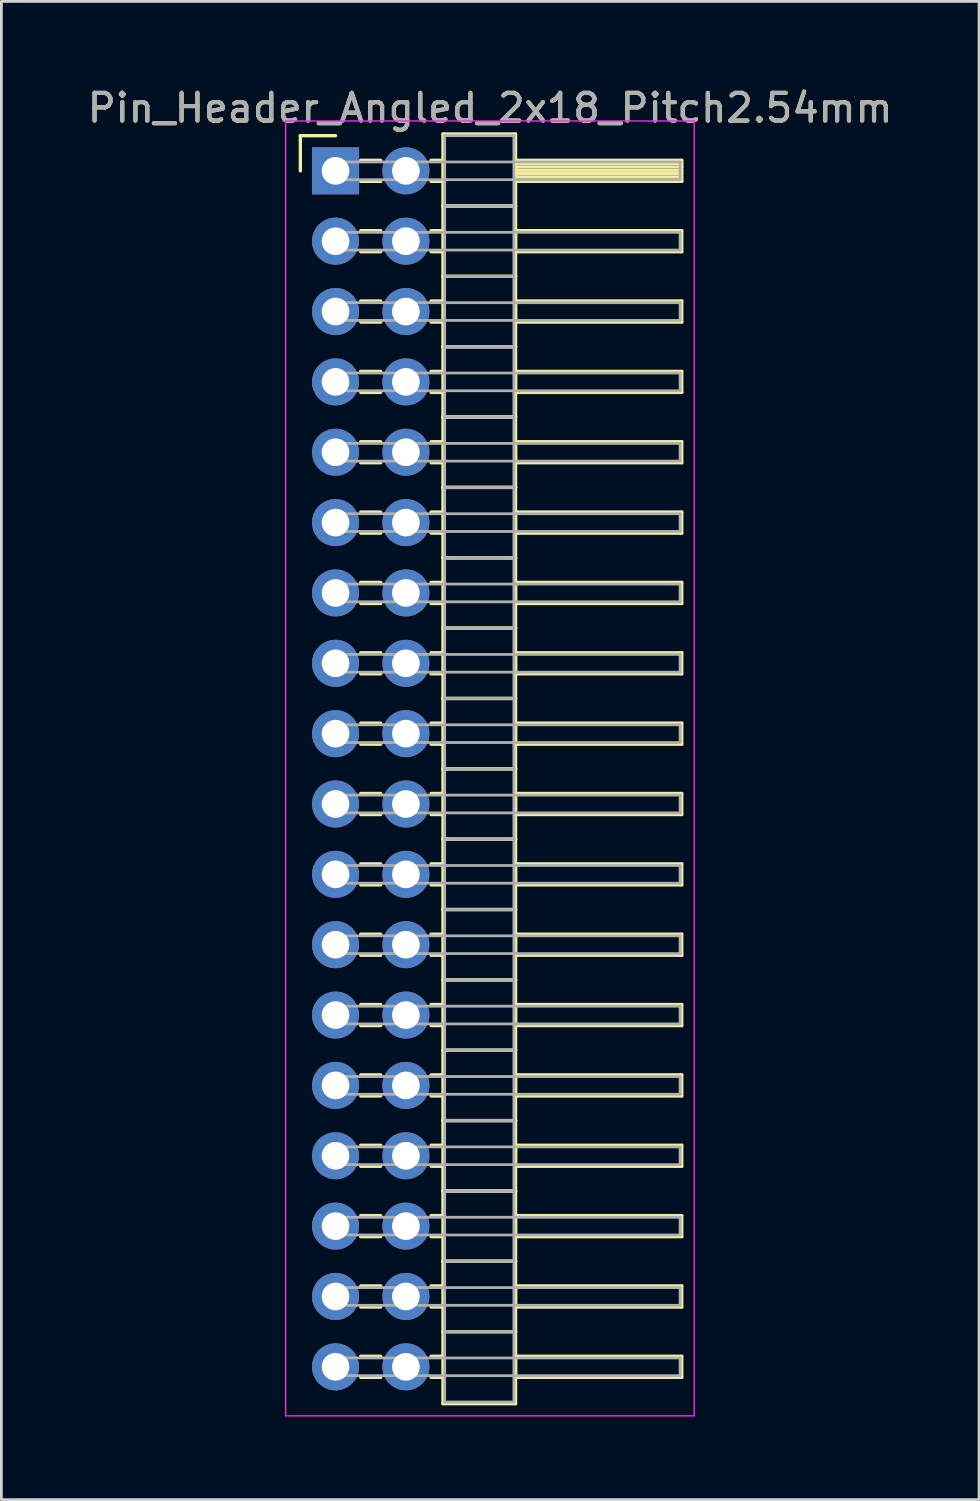
<source format=kicad_pcb>
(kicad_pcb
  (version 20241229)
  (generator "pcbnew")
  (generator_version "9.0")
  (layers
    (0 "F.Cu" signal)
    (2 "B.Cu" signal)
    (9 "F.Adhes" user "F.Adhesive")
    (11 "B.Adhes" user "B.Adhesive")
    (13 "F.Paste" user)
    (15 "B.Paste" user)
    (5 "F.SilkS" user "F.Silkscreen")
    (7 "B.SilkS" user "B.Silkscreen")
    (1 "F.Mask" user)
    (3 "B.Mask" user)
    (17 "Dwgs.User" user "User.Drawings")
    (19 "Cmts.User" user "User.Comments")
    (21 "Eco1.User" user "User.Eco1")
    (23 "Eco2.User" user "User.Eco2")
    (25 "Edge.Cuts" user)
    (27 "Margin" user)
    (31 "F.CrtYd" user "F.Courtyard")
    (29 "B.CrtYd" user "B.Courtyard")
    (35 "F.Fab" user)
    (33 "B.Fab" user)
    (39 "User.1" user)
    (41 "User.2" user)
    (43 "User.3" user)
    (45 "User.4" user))
  (footprint "Pin_Header_Angled_2x18_Pitch2.54mm"
    (layer "F.Cu")
    (at 9.064 3.118)
    (property "Reference" "Pin_Header_Angled_2x18_Pitch2.54mm" (at 5.585 -2.27 0) (layer "F.SilkS") (effects (font (size 1 1) (thickness 0.15))))
    (attr through_hole)
    (fp_line (start -1.27 -1.27) (end 0 -1.27) (stroke (width 0.12) (type solid)) (layer "F.SilkS"))
    (fp_line (start -1.27 0) (end -1.27 -1.27) (stroke (width 0.12) (type solid)) (layer "F.SilkS"))
    (fp_line (start 0.91 -0.38) (end 1.63 -0.38) (stroke (width 0.12) (type solid)) (layer "F.SilkS"))
    (fp_line (start 0.91 0.38) (end 1.63 0.38) (stroke (width 0.12) (type solid)) (layer "F.SilkS"))
    (fp_line (start 0.91 2.16) (end 1.63 2.16) (stroke (width 0.12) (type solid)) (layer "F.SilkS"))
    (fp_line (start 0.91 2.92) (end 1.63 2.92) (stroke (width 0.12) (type solid)) (layer "F.SilkS"))
    (fp_line (start 0.91 4.7) (end 1.63 4.7) (stroke (width 0.12) (type solid)) (layer "F.SilkS"))
    (fp_line (start 0.91 5.46) (end 1.63 5.46) (stroke (width 0.12) (type solid)) (layer "F.SilkS"))
    (fp_line (start 0.91 7.24) (end 1.63 7.24) (stroke (width 0.12) (type solid)) (layer "F.SilkS"))
    (fp_line (start 0.91 8) (end 1.63 8) (stroke (width 0.12) (type solid)) (layer "F.SilkS"))
    (fp_line (start 0.91 9.78) (end 1.63 9.78) (stroke (width 0.12) (type solid)) (layer "F.SilkS"))
    (fp_line (start 0.91 10.54) (end 1.63 10.54) (stroke (width 0.12) (type solid)) (layer "F.SilkS"))
    (fp_line (start 0.91 12.32) (end 1.63 12.32) (stroke (width 0.12) (type solid)) (layer "F.SilkS"))
    (fp_line (start 0.91 13.08) (end 1.63 13.08) (stroke (width 0.12) (type solid)) (layer "F.SilkS"))
    (fp_line (start 0.91 14.86) (end 1.63 14.86) (stroke (width 0.12) (type solid)) (layer "F.SilkS"))
    (fp_line (start 0.91 15.62) (end 1.63 15.62) (stroke (width 0.12) (type solid)) (layer "F.SilkS"))
    (fp_line (start 0.91 17.4) (end 1.63 17.4) (stroke (width 0.12) (type solid)) (layer "F.SilkS"))
    (fp_line (start 0.91 18.16) (end 1.63 18.16) (stroke (width 0.12) (type solid)) (layer "F.SilkS"))
    (fp_line (start 0.91 19.94) (end 1.63 19.94) (stroke (width 0.12) (type solid)) (layer "F.SilkS"))
    (fp_line (start 0.91 20.7) (end 1.63 20.7) (stroke (width 0.12) (type solid)) (layer "F.SilkS"))
    (fp_line (start 0.91 22.48) (end 1.63 22.48) (stroke (width 0.12) (type solid)) (layer "F.SilkS"))
    (fp_line (start 0.91 23.24) (end 1.63 23.24) (stroke (width 0.12) (type solid)) (layer "F.SilkS"))
    (fp_line (start 0.91 25.02) (end 1.63 25.02) (stroke (width 0.12) (type solid)) (layer "F.SilkS"))
    (fp_line (start 0.91 25.78) (end 1.63 25.78) (stroke (width 0.12) (type solid)) (layer "F.SilkS"))
    (fp_line (start 0.91 27.56) (end 1.63 27.56) (stroke (width 0.12) (type solid)) (layer "F.SilkS"))
    (fp_line (start 0.91 28.32) (end 1.63 28.32) (stroke (width 0.12) (type solid)) (layer "F.SilkS"))
    (fp_line (start 0.91 30.1) (end 1.63 30.1) (stroke (width 0.12) (type solid)) (layer "F.SilkS"))
    (fp_line (start 0.91 30.86) (end 1.63 30.86) (stroke (width 0.12) (type solid)) (layer "F.SilkS"))
    (fp_line (start 0.91 32.64) (end 1.63 32.64) (stroke (width 0.12) (type solid)) (layer "F.SilkS"))
    (fp_line (start 0.91 33.4) (end 1.63 33.4) (stroke (width 0.12) (type solid)) (layer "F.SilkS"))
    (fp_line (start 0.91 35.18) (end 1.63 35.18) (stroke (width 0.12) (type solid)) (layer "F.SilkS"))
    (fp_line (start 0.91 35.94) (end 1.63 35.94) (stroke (width 0.12) (type solid)) (layer "F.SilkS"))
    (fp_line (start 0.91 37.72) (end 1.63 37.72) (stroke (width 0.12) (type solid)) (layer "F.SilkS"))
    (fp_line (start 0.91 38.48) (end 1.63 38.48) (stroke (width 0.12) (type solid)) (layer "F.SilkS"))
    (fp_line (start 0.91 40.26) (end 1.63 40.26) (stroke (width 0.12) (type solid)) (layer "F.SilkS"))
    (fp_line (start 0.91 41.02) (end 1.63 41.02) (stroke (width 0.12) (type solid)) (layer "F.SilkS"))
    (fp_line (start 0.91 42.8) (end 1.63 42.8) (stroke (width 0.12) (type solid)) (layer "F.SilkS"))
    (fp_line (start 0.91 43.56) (end 1.63 43.56) (stroke (width 0.12) (type solid)) (layer "F.SilkS"))
    (fp_line (start 3.45 -0.38) (end 3.88 -0.38) (stroke (width 0.12) (type solid)) (layer "F.SilkS"))
    (fp_line (start 3.45 0.38) (end 3.88 0.38) (stroke (width 0.12) (type solid)) (layer "F.SilkS"))
    (fp_line (start 3.45 2.16) (end 3.88 2.16) (stroke (width 0.12) (type solid)) (layer "F.SilkS"))
    (fp_line (start 3.45 2.92) (end 3.88 2.92) (stroke (width 0.12) (type solid)) (layer "F.SilkS"))
    (fp_line (start 3.45 4.7) (end 3.88 4.7) (stroke (width 0.12) (type solid)) (layer "F.SilkS"))
    (fp_line (start 3.45 5.46) (end 3.88 5.46) (stroke (width 0.12) (type solid)) (layer "F.SilkS"))
    (fp_line (start 3.45 7.24) (end 3.88 7.24) (stroke (width 0.12) (type solid)) (layer "F.SilkS"))
    (fp_line (start 3.45 8) (end 3.88 8) (stroke (width 0.12) (type solid)) (layer "F.SilkS"))
    (fp_line (start 3.45 9.78) (end 3.88 9.78) (stroke (width 0.12) (type solid)) (layer "F.SilkS"))
    (fp_line (start 3.45 10.54) (end 3.88 10.54) (stroke (width 0.12) (type solid)) (layer "F.SilkS"))
    (fp_line (start 3.45 12.32) (end 3.88 12.32) (stroke (width 0.12) (type solid)) (layer "F.SilkS"))
    (fp_line (start 3.45 13.08) (end 3.88 13.08) (stroke (width 0.12) (type solid)) (layer "F.SilkS"))
    (fp_line (start 3.45 14.86) (end 3.88 14.86) (stroke (width 0.12) (type solid)) (layer "F.SilkS"))
    (fp_line (start 3.45 15.62) (end 3.88 15.62) (stroke (width 0.12) (type solid)) (layer "F.SilkS"))
    (fp_line (start 3.45 17.4) (end 3.88 17.4) (stroke (width 0.12) (type solid)) (layer "F.SilkS"))
    (fp_line (start 3.45 18.16) (end 3.88 18.16) (stroke (width 0.12) (type solid)) (layer "F.SilkS"))
    (fp_line (start 3.45 19.94) (end 3.88 19.94) (stroke (width 0.12) (type solid)) (layer "F.SilkS"))
    (fp_line (start 3.45 20.7) (end 3.88 20.7) (stroke (width 0.12) (type solid)) (layer "F.SilkS"))
    (fp_line (start 3.45 22.48) (end 3.88 22.48) (stroke (width 0.12) (type solid)) (layer "F.SilkS"))
    (fp_line (start 3.45 23.24) (end 3.88 23.24) (stroke (width 0.12) (type solid)) (layer "F.SilkS"))
    (fp_line (start 3.45 25.02) (end 3.88 25.02) (stroke (width 0.12) (type solid)) (layer "F.SilkS"))
    (fp_line (start 3.45 25.78) (end 3.88 25.78) (stroke (width 0.12) (type solid)) (layer "F.SilkS"))
    (fp_line (start 3.45 27.56) (end 3.88 27.56) (stroke (width 0.12) (type solid)) (layer "F.SilkS"))
    (fp_line (start 3.45 28.32) (end 3.88 28.32) (stroke (width 0.12) (type solid)) (layer "F.SilkS"))
    (fp_line (start 3.45 30.1) (end 3.88 30.1) (stroke (width 0.12) (type solid)) (layer "F.SilkS"))
    (fp_line (start 3.45 30.86) (end 3.88 30.86) (stroke (width 0.12) (type solid)) (layer "F.SilkS"))
    (fp_line (start 3.45 32.64) (end 3.88 32.64) (stroke (width 0.12) (type solid)) (layer "F.SilkS"))
    (fp_line (start 3.45 33.4) (end 3.88 33.4) (stroke (width 0.12) (type solid)) (layer "F.SilkS"))
    (fp_line (start 3.45 35.18) (end 3.88 35.18) (stroke (width 0.12) (type solid)) (layer "F.SilkS"))
    (fp_line (start 3.45 35.94) (end 3.88 35.94) (stroke (width 0.12) (type solid)) (layer "F.SilkS"))
    (fp_line (start 3.45 37.72) (end 3.88 37.72) (stroke (width 0.12) (type solid)) (layer "F.SilkS"))
    (fp_line (start 3.45 38.48) (end 3.88 38.48) (stroke (width 0.12) (type solid)) (layer "F.SilkS"))
    (fp_line (start 3.45 40.26) (end 3.88 40.26) (stroke (width 0.12) (type solid)) (layer "F.SilkS"))
    (fp_line (start 3.45 41.02) (end 3.88 41.02) (stroke (width 0.12) (type solid)) (layer "F.SilkS"))
    (fp_line (start 3.45 42.8) (end 3.88 42.8) (stroke (width 0.12) (type solid)) (layer "F.SilkS"))
    (fp_line (start 3.45 43.56) (end 3.88 43.56) (stroke (width 0.12) (type solid)) (layer "F.SilkS"))
    (fp_line (start 3.88 -1.33) (end 3.88 1.27) (stroke (width 0.12) (type solid)) (layer "F.SilkS"))
    (fp_line (start 3.88 1.27) (end 3.88 3.81) (stroke (width 0.12) (type solid)) (layer "F.SilkS"))
    (fp_line (start 3.88 1.27) (end 6.5 1.27) (stroke (width 0.12) (type solid)) (layer "F.SilkS"))
    (fp_line (start 3.88 3.81) (end 3.88 6.35) (stroke (width 0.12) (type solid)) (layer "F.SilkS"))
    (fp_line (start 3.88 3.81) (end 6.5 3.81) (stroke (width 0.12) (type solid)) (layer "F.SilkS"))
    (fp_line (start 3.88 6.35) (end 3.88 8.89) (stroke (width 0.12) (type solid)) (layer "F.SilkS"))
    (fp_line (start 3.88 6.35) (end 6.5 6.35) (stroke (width 0.12) (type solid)) (layer "F.SilkS"))
    (fp_line (start 3.88 8.89) (end 3.88 11.43) (stroke (width 0.12) (type solid)) (layer "F.SilkS"))
    (fp_line (start 3.88 8.89) (end 6.5 8.89) (stroke (width 0.12) (type solid)) (layer "F.SilkS"))
    (fp_line (start 3.88 11.43) (end 3.88 13.97) (stroke (width 0.12) (type solid)) (layer "F.SilkS"))
    (fp_line (start 3.88 11.43) (end 6.5 11.43) (stroke (width 0.12) (type solid)) (layer "F.SilkS"))
    (fp_line (start 3.88 13.97) (end 3.88 16.51) (stroke (width 0.12) (type solid)) (layer "F.SilkS"))
    (fp_line (start 3.88 13.97) (end 6.5 13.97) (stroke (width 0.12) (type solid)) (layer "F.SilkS"))
    (fp_line (start 3.88 16.51) (end 3.88 19.05) (stroke (width 0.12) (type solid)) (layer "F.SilkS"))
    (fp_line (start 3.88 16.51) (end 6.5 16.51) (stroke (width 0.12) (type solid)) (layer "F.SilkS"))
    (fp_line (start 3.88 19.05) (end 3.88 21.59) (stroke (width 0.12) (type solid)) (layer "F.SilkS"))
    (fp_line (start 3.88 19.05) (end 6.5 19.05) (stroke (width 0.12) (type solid)) (layer "F.SilkS"))
    (fp_line (start 3.88 21.59) (end 3.88 24.13) (stroke (width 0.12) (type solid)) (layer "F.SilkS"))
    (fp_line (start 3.88 21.59) (end 6.5 21.59) (stroke (width 0.12) (type solid)) (layer "F.SilkS"))
    (fp_line (start 3.88 24.13) (end 3.88 26.67) (stroke (width 0.12) (type solid)) (layer "F.SilkS"))
    (fp_line (start 3.88 24.13) (end 6.5 24.13) (stroke (width 0.12) (type solid)) (layer "F.SilkS"))
    (fp_line (start 3.88 26.67) (end 3.88 29.21) (stroke (width 0.12) (type solid)) (layer "F.SilkS"))
    (fp_line (start 3.88 26.67) (end 6.5 26.67) (stroke (width 0.12) (type solid)) (layer "F.SilkS"))
    (fp_line (start 3.88 29.21) (end 3.88 31.75) (stroke (width 0.12) (type solid)) (layer "F.SilkS"))
    (fp_line (start 3.88 29.21) (end 6.5 29.21) (stroke (width 0.12) (type solid)) (layer "F.SilkS"))
    (fp_line (start 3.88 31.75) (end 3.88 34.29) (stroke (width 0.12) (type solid)) (layer "F.SilkS"))
    (fp_line (start 3.88 31.75) (end 6.5 31.75) (stroke (width 0.12) (type solid)) (layer "F.SilkS"))
    (fp_line (start 3.88 34.29) (end 3.88 36.83) (stroke (width 0.12) (type solid)) (layer "F.SilkS"))
    (fp_line (start 3.88 34.29) (end 6.5 34.29) (stroke (width 0.12) (type solid)) (layer "F.SilkS"))
    (fp_line (start 3.88 36.83) (end 3.88 39.37) (stroke (width 0.12) (type solid)) (layer "F.SilkS"))
    (fp_line (start 3.88 36.83) (end 6.5 36.83) (stroke (width 0.12) (type solid)) (layer "F.SilkS"))
    (fp_line (start 3.88 39.37) (end 3.88 41.91) (stroke (width 0.12) (type solid)) (layer "F.SilkS"))
    (fp_line (start 3.88 39.37) (end 6.5 39.37) (stroke (width 0.12) (type solid)) (layer "F.SilkS"))
    (fp_line (start 3.88 41.91) (end 3.88 44.51) (stroke (width 0.12) (type solid)) (layer "F.SilkS"))
    (fp_line (start 3.88 41.91) (end 6.5 41.91) (stroke (width 0.12) (type solid)) (layer "F.SilkS"))
    (fp_line (start 3.88 44.51) (end 6.5 44.51) (stroke (width 0.12) (type solid)) (layer "F.SilkS"))
    (fp_line (start 6.5 -1.33) (end 3.88 -1.33) (stroke (width 0.12) (type solid)) (layer "F.SilkS"))
    (fp_line (start 6.5 -0.38) (end 6.5 0.38) (stroke (width 0.12) (type solid)) (layer "F.SilkS"))
    (fp_line (start 6.5 -0.26) (end 12.5 -0.26) (stroke (width 0.12) (type solid)) (layer "F.SilkS"))
    (fp_line (start 6.5 -0.14) (end 12.5 -0.14) (stroke (width 0.12) (type solid)) (layer "F.SilkS"))
    (fp_line (start 6.5 -0.02) (end 12.5 -0.02) (stroke (width 0.12) (type solid)) (layer "F.SilkS"))
    (fp_line (start 6.5 0.1) (end 12.5 0.1) (stroke (width 0.12) (type solid)) (layer "F.SilkS"))
    (fp_line (start 6.5 0.22) (end 12.5 0.22) (stroke (width 0.12) (type solid)) (layer "F.SilkS"))
    (fp_line (start 6.5 0.34) (end 12.5 0.34) (stroke (width 0.12) (type solid)) (layer "F.SilkS"))
    (fp_line (start 6.5 0.38) (end 12.5 0.38) (stroke (width 0.12) (type solid)) (layer "F.SilkS"))
    (fp_line (start 6.5 1.27) (end 3.88 1.27) (stroke (width 0.12) (type solid)) (layer "F.SilkS"))
    (fp_line (start 6.5 1.27) (end 6.5 -1.33) (stroke (width 0.12) (type solid)) (layer "F.SilkS"))
    (fp_line (start 6.5 2.16) (end 6.5 2.92) (stroke (width 0.12) (type solid)) (layer "F.SilkS"))
    (fp_line (start 6.5 2.92) (end 12.5 2.92) (stroke (width 0.12) (type solid)) (layer "F.SilkS"))
    (fp_line (start 6.5 3.81) (end 3.88 3.81) (stroke (width 0.12) (type solid)) (layer "F.SilkS"))
    (fp_line (start 6.5 3.81) (end 6.5 1.27) (stroke (width 0.12) (type solid)) (layer "F.SilkS"))
    (fp_line (start 6.5 4.7) (end 6.5 5.46) (stroke (width 0.12) (type solid)) (layer "F.SilkS"))
    (fp_line (start 6.5 5.46) (end 12.5 5.46) (stroke (width 0.12) (type solid)) (layer "F.SilkS"))
    (fp_line (start 6.5 6.35) (end 3.88 6.35) (stroke (width 0.12) (type solid)) (layer "F.SilkS"))
    (fp_line (start 6.5 6.35) (end 6.5 3.81) (stroke (width 0.12) (type solid)) (layer "F.SilkS"))
    (fp_line (start 6.5 7.24) (end 6.5 8) (stroke (width 0.12) (type solid)) (layer "F.SilkS"))
    (fp_line (start 6.5 8) (end 12.5 8) (stroke (width 0.12) (type solid)) (layer "F.SilkS"))
    (fp_line (start 6.5 8.89) (end 3.88 8.89) (stroke (width 0.12) (type solid)) (layer "F.SilkS"))
    (fp_line (start 6.5 8.89) (end 6.5 6.35) (stroke (width 0.12) (type solid)) (layer "F.SilkS"))
    (fp_line (start 6.5 9.78) (end 6.5 10.54) (stroke (width 0.12) (type solid)) (layer "F.SilkS"))
    (fp_line (start 6.5 10.54) (end 12.5 10.54) (stroke (width 0.12) (type solid)) (layer "F.SilkS"))
    (fp_line (start 6.5 11.43) (end 3.88 11.43) (stroke (width 0.12) (type solid)) (layer "F.SilkS"))
    (fp_line (start 6.5 11.43) (end 6.5 8.89) (stroke (width 0.12) (type solid)) (layer "F.SilkS"))
    (fp_line (start 6.5 12.32) (end 6.5 13.08) (stroke (width 0.12) (type solid)) (layer "F.SilkS"))
    (fp_line (start 6.5 13.08) (end 12.5 13.08) (stroke (width 0.12) (type solid)) (layer "F.SilkS"))
    (fp_line (start 6.5 13.97) (end 3.88 13.97) (stroke (width 0.12) (type solid)) (layer "F.SilkS"))
    (fp_line (start 6.5 13.97) (end 6.5 11.43) (stroke (width 0.12) (type solid)) (layer "F.SilkS"))
    (fp_line (start 6.5 14.86) (end 6.5 15.62) (stroke (width 0.12) (type solid)) (layer "F.SilkS"))
    (fp_line (start 6.5 15.62) (end 12.5 15.62) (stroke (width 0.12) (type solid)) (layer "F.SilkS"))
    (fp_line (start 6.5 16.51) (end 3.88 16.51) (stroke (width 0.12) (type solid)) (layer "F.SilkS"))
    (fp_line (start 6.5 16.51) (end 6.5 13.97) (stroke (width 0.12) (type solid)) (layer "F.SilkS"))
    (fp_line (start 6.5 17.4) (end 6.5 18.16) (stroke (width 0.12) (type solid)) (layer "F.SilkS"))
    (fp_line (start 6.5 18.16) (end 12.5 18.16) (stroke (width 0.12) (type solid)) (layer "F.SilkS"))
    (fp_line (start 6.5 19.05) (end 3.88 19.05) (stroke (width 0.12) (type solid)) (layer "F.SilkS"))
    (fp_line (start 6.5 19.05) (end 6.5 16.51) (stroke (width 0.12) (type solid)) (layer "F.SilkS"))
    (fp_line (start 6.5 19.94) (end 6.5 20.7) (stroke (width 0.12) (type solid)) (layer "F.SilkS"))
    (fp_line (start 6.5 20.7) (end 12.5 20.7) (stroke (width 0.12) (type solid)) (layer "F.SilkS"))
    (fp_line (start 6.5 21.59) (end 3.88 21.59) (stroke (width 0.12) (type solid)) (layer "F.SilkS"))
    (fp_line (start 6.5 21.59) (end 6.5 19.05) (stroke (width 0.12) (type solid)) (layer "F.SilkS"))
    (fp_line (start 6.5 22.48) (end 6.5 23.24) (stroke (width 0.12) (type solid)) (layer "F.SilkS"))
    (fp_line (start 6.5 23.24) (end 12.5 23.24) (stroke (width 0.12) (type solid)) (layer "F.SilkS"))
    (fp_line (start 6.5 24.13) (end 3.88 24.13) (stroke (width 0.12) (type solid)) (layer "F.SilkS"))
    (fp_line (start 6.5 24.13) (end 6.5 21.59) (stroke (width 0.12) (type solid)) (layer "F.SilkS"))
    (fp_line (start 6.5 25.02) (end 6.5 25.78) (stroke (width 0.12) (type solid)) (layer "F.SilkS"))
    (fp_line (start 6.5 25.78) (end 12.5 25.78) (stroke (width 0.12) (type solid)) (layer "F.SilkS"))
    (fp_line (start 6.5 26.67) (end 3.88 26.67) (stroke (width 0.12) (type solid)) (layer "F.SilkS"))
    (fp_line (start 6.5 26.67) (end 6.5 24.13) (stroke (width 0.12) (type solid)) (layer "F.SilkS"))
    (fp_line (start 6.5 27.56) (end 6.5 28.32) (stroke (width 0.12) (type solid)) (layer "F.SilkS"))
    (fp_line (start 6.5 28.32) (end 12.5 28.32) (stroke (width 0.12) (type solid)) (layer "F.SilkS"))
    (fp_line (start 6.5 29.21) (end 3.88 29.21) (stroke (width 0.12) (type solid)) (layer "F.SilkS"))
    (fp_line (start 6.5 29.21) (end 6.5 26.67) (stroke (width 0.12) (type solid)) (layer "F.SilkS"))
    (fp_line (start 6.5 30.1) (end 6.5 30.86) (stroke (width 0.12) (type solid)) (layer "F.SilkS"))
    (fp_line (start 6.5 30.86) (end 12.5 30.86) (stroke (width 0.12) (type solid)) (layer "F.SilkS"))
    (fp_line (start 6.5 31.75) (end 3.88 31.75) (stroke (width 0.12) (type solid)) (layer "F.SilkS"))
    (fp_line (start 6.5 31.75) (end 6.5 29.21) (stroke (width 0.12) (type solid)) (layer "F.SilkS"))
    (fp_line (start 6.5 32.64) (end 6.5 33.4) (stroke (width 0.12) (type solid)) (layer "F.SilkS"))
    (fp_line (start 6.5 33.4) (end 12.5 33.4) (stroke (width 0.12) (type solid)) (layer "F.SilkS"))
    (fp_line (start 6.5 34.29) (end 3.88 34.29) (stroke (width 0.12) (type solid)) (layer "F.SilkS"))
    (fp_line (start 6.5 34.29) (end 6.5 31.75) (stroke (width 0.12) (type solid)) (layer "F.SilkS"))
    (fp_line (start 6.5 35.18) (end 6.5 35.94) (stroke (width 0.12) (type solid)) (layer "F.SilkS"))
    (fp_line (start 6.5 35.94) (end 12.5 35.94) (stroke (width 0.12) (type solid)) (layer "F.SilkS"))
    (fp_line (start 6.5 36.83) (end 3.88 36.83) (stroke (width 0.12) (type solid)) (layer "F.SilkS"))
    (fp_line (start 6.5 36.83) (end 6.5 34.29) (stroke (width 0.12) (type solid)) (layer "F.SilkS"))
    (fp_line (start 6.5 37.72) (end 6.5 38.48) (stroke (width 0.12) (type solid)) (layer "F.SilkS"))
    (fp_line (start 6.5 38.48) (end 12.5 38.48) (stroke (width 0.12) (type solid)) (layer "F.SilkS"))
    (fp_line (start 6.5 39.37) (end 3.88 39.37) (stroke (width 0.12) (type solid)) (layer "F.SilkS"))
    (fp_line (start 6.5 39.37) (end 6.5 36.83) (stroke (width 0.12) (type solid)) (layer "F.SilkS"))
    (fp_line (start 6.5 40.26) (end 6.5 41.02) (stroke (width 0.12) (type solid)) (layer "F.SilkS"))
    (fp_line (start 6.5 41.02) (end 12.5 41.02) (stroke (width 0.12) (type solid)) (layer "F.SilkS"))
    (fp_line (start 6.5 41.91) (end 3.88 41.91) (stroke (width 0.12) (type solid)) (layer "F.SilkS"))
    (fp_line (start 6.5 41.91) (end 6.5 39.37) (stroke (width 0.12) (type solid)) (layer "F.SilkS"))
    (fp_line (start 6.5 42.8) (end 6.5 43.56) (stroke (width 0.12) (type solid)) (layer "F.SilkS"))
    (fp_line (start 6.5 43.56) (end 12.5 43.56) (stroke (width 0.12) (type solid)) (layer "F.SilkS"))
    (fp_line (start 6.5 44.51) (end 6.5 41.91) (stroke (width 0.12) (type solid)) (layer "F.SilkS"))
    (fp_line (start 12.5 -0.38) (end 6.5 -0.38) (stroke (width 0.12) (type solid)) (layer "F.SilkS"))
    (fp_line (start 12.5 0.38) (end 12.5 -0.38) (stroke (width 0.12) (type solid)) (layer "F.SilkS"))
    (fp_line (start 12.5 2.16) (end 6.5 2.16) (stroke (width 0.12) (type solid)) (layer "F.SilkS"))
    (fp_line (start 12.5 2.92) (end 12.5 2.16) (stroke (width 0.12) (type solid)) (layer "F.SilkS"))
    (fp_line (start 12.5 4.7) (end 6.5 4.7) (stroke (width 0.12) (type solid)) (layer "F.SilkS"))
    (fp_line (start 12.5 5.46) (end 12.5 4.7) (stroke (width 0.12) (type solid)) (layer "F.SilkS"))
    (fp_line (start 12.5 7.24) (end 6.5 7.24) (stroke (width 0.12) (type solid)) (layer "F.SilkS"))
    (fp_line (start 12.5 8) (end 12.5 7.24) (stroke (width 0.12) (type solid)) (layer "F.SilkS"))
    (fp_line (start 12.5 9.78) (end 6.5 9.78) (stroke (width 0.12) (type solid)) (layer "F.SilkS"))
    (fp_line (start 12.5 10.54) (end 12.5 9.78) (stroke (width 0.12) (type solid)) (layer "F.SilkS"))
    (fp_line (start 12.5 12.32) (end 6.5 12.32) (stroke (width 0.12) (type solid)) (layer "F.SilkS"))
    (fp_line (start 12.5 13.08) (end 12.5 12.32) (stroke (width 0.12) (type solid)) (layer "F.SilkS"))
    (fp_line (start 12.5 14.86) (end 6.5 14.86) (stroke (width 0.12) (type solid)) (layer "F.SilkS"))
    (fp_line (start 12.5 15.62) (end 12.5 14.86) (stroke (width 0.12) (type solid)) (layer "F.SilkS"))
    (fp_line (start 12.5 17.4) (end 6.5 17.4) (stroke (width 0.12) (type solid)) (layer "F.SilkS"))
    (fp_line (start 12.5 18.16) (end 12.5 17.4) (stroke (width 0.12) (type solid)) (layer "F.SilkS"))
    (fp_line (start 12.5 19.94) (end 6.5 19.94) (stroke (width 0.12) (type solid)) (layer "F.SilkS"))
    (fp_line (start 12.5 20.7) (end 12.5 19.94) (stroke (width 0.12) (type solid)) (layer "F.SilkS"))
    (fp_line (start 12.5 22.48) (end 6.5 22.48) (stroke (width 0.12) (type solid)) (layer "F.SilkS"))
    (fp_line (start 12.5 23.24) (end 12.5 22.48) (stroke (width 0.12) (type solid)) (layer "F.SilkS"))
    (fp_line (start 12.5 25.02) (end 6.5 25.02) (stroke (width 0.12) (type solid)) (layer "F.SilkS"))
    (fp_line (start 12.5 25.78) (end 12.5 25.02) (stroke (width 0.12) (type solid)) (layer "F.SilkS"))
    (fp_line (start 12.5 27.56) (end 6.5 27.56) (stroke (width 0.12) (type solid)) (layer "F.SilkS"))
    (fp_line (start 12.5 28.32) (end 12.5 27.56) (stroke (width 0.12) (type solid)) (layer "F.SilkS"))
    (fp_line (start 12.5 30.1) (end 6.5 30.1) (stroke (width 0.12) (type solid)) (layer "F.SilkS"))
    (fp_line (start 12.5 30.86) (end 12.5 30.1) (stroke (width 0.12) (type solid)) (layer "F.SilkS"))
    (fp_line (start 12.5 32.64) (end 6.5 32.64) (stroke (width 0.12) (type solid)) (layer "F.SilkS"))
    (fp_line (start 12.5 33.4) (end 12.5 32.64) (stroke (width 0.12) (type solid)) (layer "F.SilkS"))
    (fp_line (start 12.5 35.18) (end 6.5 35.18) (stroke (width 0.12) (type solid)) (layer "F.SilkS"))
    (fp_line (start 12.5 35.94) (end 12.5 35.18) (stroke (width 0.12) (type solid)) (layer "F.SilkS"))
    (fp_line (start 12.5 37.72) (end 6.5 37.72) (stroke (width 0.12) (type solid)) (layer "F.SilkS"))
    (fp_line (start 12.5 38.48) (end 12.5 37.72) (stroke (width 0.12) (type solid)) (layer "F.SilkS"))
    (fp_line (start 12.5 40.26) (end 6.5 40.26) (stroke (width 0.12) (type solid)) (layer "F.SilkS"))
    (fp_line (start 12.5 41.02) (end 12.5 40.26) (stroke (width 0.12) (type solid)) (layer "F.SilkS"))
    (fp_line (start 12.5 42.8) (end 6.5 42.8) (stroke (width 0.12) (type solid)) (layer "F.SilkS"))
    (fp_line (start 12.5 43.56) (end 12.5 42.8) (stroke (width 0.12) (type solid)) (layer "F.SilkS"))
    (fp_line (start -1.8 -1.8) (end -1.8 44.95) (stroke (width 0.05) (type solid)) (layer "F.CrtYd"))
    (fp_line (start -1.8 44.95) (end 12.95 44.95) (stroke (width 0.05) (type solid)) (layer "F.CrtYd"))
    (fp_line (start 12.95 -1.8) (end -1.8 -1.8) (stroke (width 0.05) (type solid)) (layer "F.CrtYd"))
    (fp_line (start 12.95 44.95) (end 12.95 -1.8) (stroke (width 0.05) (type solid)) (layer "F.CrtYd"))
    (fp_line (start 0 -0.32) (end 0 0.32) (stroke (width 0.1) (type solid)) (layer "F.Fab"))
    (fp_line (start 0 0.32) (end 12.44 0.32) (stroke (width 0.1) (type solid)) (layer "F.Fab"))
    (fp_line (start 0 2.22) (end 0 2.86) (stroke (width 0.1) (type solid)) (layer "F.Fab"))
    (fp_line (start 0 2.86) (end 12.44 2.86) (stroke (width 0.1) (type solid)) (layer "F.Fab"))
    (fp_line (start 0 4.76) (end 0 5.4) (stroke (width 0.1) (type solid)) (layer "F.Fab"))
    (fp_line (start 0 5.4) (end 12.44 5.4) (stroke (width 0.1) (type solid)) (layer "F.Fab"))
    (fp_line (start 0 7.3) (end 0 7.94) (stroke (width 0.1) (type solid)) (layer "F.Fab"))
    (fp_line (start 0 7.94) (end 12.44 7.94) (stroke (width 0.1) (type solid)) (layer "F.Fab"))
    (fp_line (start 0 9.84) (end 0 10.48) (stroke (width 0.1) (type solid)) (layer "F.Fab"))
    (fp_line (start 0 10.48) (end 12.44 10.48) (stroke (width 0.1) (type solid)) (layer "F.Fab"))
    (fp_line (start 0 12.38) (end 0 13.02) (stroke (width 0.1) (type solid)) (layer "F.Fab"))
    (fp_line (start 0 13.02) (end 12.44 13.02) (stroke (width 0.1) (type solid)) (layer "F.Fab"))
    (fp_line (start 0 14.92) (end 0 15.56) (stroke (width 0.1) (type solid)) (layer "F.Fab"))
    (fp_line (start 0 15.56) (end 12.44 15.56) (stroke (width 0.1) (type solid)) (layer "F.Fab"))
    (fp_line (start 0 17.46) (end 0 18.1) (stroke (width 0.1) (type solid)) (layer "F.Fab"))
    (fp_line (start 0 18.1) (end 12.44 18.1) (stroke (width 0.1) (type solid)) (layer "F.Fab"))
    (fp_line (start 0 20) (end 0 20.64) (stroke (width 0.1) (type solid)) (layer "F.Fab"))
    (fp_line (start 0 20.64) (end 12.44 20.64) (stroke (width 0.1) (type solid)) (layer "F.Fab"))
    (fp_line (start 0 22.54) (end 0 23.18) (stroke (width 0.1) (type solid)) (layer "F.Fab"))
    (fp_line (start 0 23.18) (end 12.44 23.18) (stroke (width 0.1) (type solid)) (layer "F.Fab"))
    (fp_line (start 0 25.08) (end 0 25.72) (stroke (width 0.1) (type solid)) (layer "F.Fab"))
    (fp_line (start 0 25.72) (end 12.44 25.72) (stroke (width 0.1) (type solid)) (layer "F.Fab"))
    (fp_line (start 0 27.62) (end 0 28.26) (stroke (width 0.1) (type solid)) (layer "F.Fab"))
    (fp_line (start 0 28.26) (end 12.44 28.26) (stroke (width 0.1) (type solid)) (layer "F.Fab"))
    (fp_line (start 0 30.16) (end 0 30.8) (stroke (width 0.1) (type solid)) (layer "F.Fab"))
    (fp_line (start 0 30.8) (end 12.44 30.8) (stroke (width 0.1) (type solid)) (layer "F.Fab"))
    (fp_line (start 0 32.7) (end 0 33.34) (stroke (width 0.1) (type solid)) (layer "F.Fab"))
    (fp_line (start 0 33.34) (end 12.44 33.34) (stroke (width 0.1) (type solid)) (layer "F.Fab"))
    (fp_line (start 0 35.24) (end 0 35.88) (stroke (width 0.1) (type solid)) (layer "F.Fab"))
    (fp_line (start 0 35.88) (end 12.44 35.88) (stroke (width 0.1) (type solid)) (layer "F.Fab"))
    (fp_line (start 0 37.78) (end 0 38.42) (stroke (width 0.1) (type solid)) (layer "F.Fab"))
    (fp_line (start 0 38.42) (end 12.44 38.42) (stroke (width 0.1) (type solid)) (layer "F.Fab"))
    (fp_line (start 0 40.32) (end 0 40.96) (stroke (width 0.1) (type solid)) (layer "F.Fab"))
    (fp_line (start 0 40.96) (end 12.44 40.96) (stroke (width 0.1) (type solid)) (layer "F.Fab"))
    (fp_line (start 0 42.86) (end 0 43.5) (stroke (width 0.1) (type solid)) (layer "F.Fab"))
    (fp_line (start 0 43.5) (end 12.44 43.5) (stroke (width 0.1) (type solid)) (layer "F.Fab"))
    (fp_line (start 3.94 -1.27) (end 3.94 1.27) (stroke (width 0.1) (type solid)) (layer "F.Fab"))
    (fp_line (start 3.94 1.27) (end 3.94 3.81) (stroke (width 0.1) (type solid)) (layer "F.Fab"))
    (fp_line (start 3.94 1.27) (end 6.44 1.27) (stroke (width 0.1) (type solid)) (layer "F.Fab"))
    (fp_line (start 3.94 3.81) (end 3.94 6.35) (stroke (width 0.1) (type solid)) (layer "F.Fab"))
    (fp_line (start 3.94 3.81) (end 6.44 3.81) (stroke (width 0.1) (type solid)) (layer "F.Fab"))
    (fp_line (start 3.94 6.35) (end 3.94 8.89) (stroke (width 0.1) (type solid)) (layer "F.Fab"))
    (fp_line (start 3.94 6.35) (end 6.44 6.35) (stroke (width 0.1) (type solid)) (layer "F.Fab"))
    (fp_line (start 3.94 8.89) (end 3.94 11.43) (stroke (width 0.1) (type solid)) (layer "F.Fab"))
    (fp_line (start 3.94 8.89) (end 6.44 8.89) (stroke (width 0.1) (type solid)) (layer "F.Fab"))
    (fp_line (start 3.94 11.43) (end 3.94 13.97) (stroke (width 0.1) (type solid)) (layer "F.Fab"))
    (fp_line (start 3.94 11.43) (end 6.44 11.43) (stroke (width 0.1) (type solid)) (layer "F.Fab"))
    (fp_line (start 3.94 13.97) (end 3.94 16.51) (stroke (width 0.1) (type solid)) (layer "F.Fab"))
    (fp_line (start 3.94 13.97) (end 6.44 13.97) (stroke (width 0.1) (type solid)) (layer "F.Fab"))
    (fp_line (start 3.94 16.51) (end 3.94 19.05) (stroke (width 0.1) (type solid)) (layer "F.Fab"))
    (fp_line (start 3.94 16.51) (end 6.44 16.51) (stroke (width 0.1) (type solid)) (layer "F.Fab"))
    (fp_line (start 3.94 19.05) (end 3.94 21.59) (stroke (width 0.1) (type solid)) (layer "F.Fab"))
    (fp_line (start 3.94 19.05) (end 6.44 19.05) (stroke (width 0.1) (type solid)) (layer "F.Fab"))
    (fp_line (start 3.94 21.59) (end 3.94 24.13) (stroke (width 0.1) (type solid)) (layer "F.Fab"))
    (fp_line (start 3.94 21.59) (end 6.44 21.59) (stroke (width 0.1) (type solid)) (layer "F.Fab"))
    (fp_line (start 3.94 24.13) (end 3.94 26.67) (stroke (width 0.1) (type solid)) (layer "F.Fab"))
    (fp_line (start 3.94 24.13) (end 6.44 24.13) (stroke (width 0.1) (type solid)) (layer "F.Fab"))
    (fp_line (start 3.94 26.67) (end 3.94 29.21) (stroke (width 0.1) (type solid)) (layer "F.Fab"))
    (fp_line (start 3.94 26.67) (end 6.44 26.67) (stroke (width 0.1) (type solid)) (layer "F.Fab"))
    (fp_line (start 3.94 29.21) (end 3.94 31.75) (stroke (width 0.1) (type solid)) (layer "F.Fab"))
    (fp_line (start 3.94 29.21) (end 6.44 29.21) (stroke (width 0.1) (type solid)) (layer "F.Fab"))
    (fp_line (start 3.94 31.75) (end 3.94 34.29) (stroke (width 0.1) (type solid)) (layer "F.Fab"))
    (fp_line (start 3.94 31.75) (end 6.44 31.75) (stroke (width 0.1) (type solid)) (layer "F.Fab"))
    (fp_line (start 3.94 34.29) (end 3.94 36.83) (stroke (width 0.1) (type solid)) (layer "F.Fab"))
    (fp_line (start 3.94 34.29) (end 6.44 34.29) (stroke (width 0.1) (type solid)) (layer "F.Fab"))
    (fp_line (start 3.94 36.83) (end 3.94 39.37) (stroke (width 0.1) (type solid)) (layer "F.Fab"))
    (fp_line (start 3.94 36.83) (end 6.44 36.83) (stroke (width 0.1) (type solid)) (layer "F.Fab"))
    (fp_line (start 3.94 39.37) (end 3.94 41.91) (stroke (width 0.1) (type solid)) (layer "F.Fab"))
    (fp_line (start 3.94 39.37) (end 6.44 39.37) (stroke (width 0.1) (type solid)) (layer "F.Fab"))
    (fp_line (start 3.94 41.91) (end 3.94 44.45) (stroke (width 0.1) (type solid)) (layer "F.Fab"))
    (fp_line (start 3.94 41.91) (end 6.44 41.91) (stroke (width 0.1) (type solid)) (layer "F.Fab"))
    (fp_line (start 3.94 44.45) (end 6.44 44.45) (stroke (width 0.1) (type solid)) (layer "F.Fab"))
    (fp_line (start 6.44 -1.27) (end 3.94 -1.27) (stroke (width 0.1) (type solid)) (layer "F.Fab"))
    (fp_line (start 6.44 1.27) (end 3.94 1.27) (stroke (width 0.1) (type solid)) (layer "F.Fab"))
    (fp_line (start 6.44 1.27) (end 6.44 -1.27) (stroke (width 0.1) (type solid)) (layer "F.Fab"))
    (fp_line (start 6.44 3.81) (end 3.94 3.81) (stroke (width 0.1) (type solid)) (layer "F.Fab"))
    (fp_line (start 6.44 3.81) (end 6.44 1.27) (stroke (width 0.1) (type solid)) (layer "F.Fab"))
    (fp_line (start 6.44 6.35) (end 3.94 6.35) (stroke (width 0.1) (type solid)) (layer "F.Fab"))
    (fp_line (start 6.44 6.35) (end 6.44 3.81) (stroke (width 0.1) (type solid)) (layer "F.Fab"))
    (fp_line (start 6.44 8.89) (end 3.94 8.89) (stroke (width 0.1) (type solid)) (layer "F.Fab"))
    (fp_line (start 6.44 8.89) (end 6.44 6.35) (stroke (width 0.1) (type solid)) (layer "F.Fab"))
    (fp_line (start 6.44 11.43) (end 3.94 11.43) (stroke (width 0.1) (type solid)) (layer "F.Fab"))
    (fp_line (start 6.44 11.43) (end 6.44 8.89) (stroke (width 0.1) (type solid)) (layer "F.Fab"))
    (fp_line (start 6.44 13.97) (end 3.94 13.97) (stroke (width 0.1) (type solid)) (layer "F.Fab"))
    (fp_line (start 6.44 13.97) (end 6.44 11.43) (stroke (width 0.1) (type solid)) (layer "F.Fab"))
    (fp_line (start 6.44 16.51) (end 3.94 16.51) (stroke (width 0.1) (type solid)) (layer "F.Fab"))
    (fp_line (start 6.44 16.51) (end 6.44 13.97) (stroke (width 0.1) (type solid)) (layer "F.Fab"))
    (fp_line (start 6.44 19.05) (end 3.94 19.05) (stroke (width 0.1) (type solid)) (layer "F.Fab"))
    (fp_line (start 6.44 19.05) (end 6.44 16.51) (stroke (width 0.1) (type solid)) (layer "F.Fab"))
    (fp_line (start 6.44 21.59) (end 3.94 21.59) (stroke (width 0.1) (type solid)) (layer "F.Fab"))
    (fp_line (start 6.44 21.59) (end 6.44 19.05) (stroke (width 0.1) (type solid)) (layer "F.Fab"))
    (fp_line (start 6.44 24.13) (end 3.94 24.13) (stroke (width 0.1) (type solid)) (layer "F.Fab"))
    (fp_line (start 6.44 24.13) (end 6.44 21.59) (stroke (width 0.1) (type solid)) (layer "F.Fab"))
    (fp_line (start 6.44 26.67) (end 3.94 26.67) (stroke (width 0.1) (type solid)) (layer "F.Fab"))
    (fp_line (start 6.44 26.67) (end 6.44 24.13) (stroke (width 0.1) (type solid)) (layer "F.Fab"))
    (fp_line (start 6.44 29.21) (end 3.94 29.21) (stroke (width 0.1) (type solid)) (layer "F.Fab"))
    (fp_line (start 6.44 29.21) (end 6.44 26.67) (stroke (width 0.1) (type solid)) (layer "F.Fab"))
    (fp_line (start 6.44 31.75) (end 3.94 31.75) (stroke (width 0.1) (type solid)) (layer "F.Fab"))
    (fp_line (start 6.44 31.75) (end 6.44 29.21) (stroke (width 0.1) (type solid)) (layer "F.Fab"))
    (fp_line (start 6.44 34.29) (end 3.94 34.29) (stroke (width 0.1) (type solid)) (layer "F.Fab"))
    (fp_line (start 6.44 34.29) (end 6.44 31.75) (stroke (width 0.1) (type solid)) (layer "F.Fab"))
    (fp_line (start 6.44 36.83) (end 3.94 36.83) (stroke (width 0.1) (type solid)) (layer "F.Fab"))
    (fp_line (start 6.44 36.83) (end 6.44 34.29) (stroke (width 0.1) (type solid)) (layer "F.Fab"))
    (fp_line (start 6.44 39.37) (end 3.94 39.37) (stroke (width 0.1) (type solid)) (layer "F.Fab"))
    (fp_line (start 6.44 39.37) (end 6.44 36.83) (stroke (width 0.1) (type solid)) (layer "F.Fab"))
    (fp_line (start 6.44 41.91) (end 3.94 41.91) (stroke (width 0.1) (type solid)) (layer "F.Fab"))
    (fp_line (start 6.44 41.91) (end 6.44 39.37) (stroke (width 0.1) (type solid)) (layer "F.Fab"))
    (fp_line (start 6.44 44.45) (end 6.44 41.91) (stroke (width 0.1) (type solid)) (layer "F.Fab"))
    (fp_line (start 12.44 -0.32) (end 0 -0.32) (stroke (width 0.1) (type solid)) (layer "F.Fab"))
    (fp_line (start 12.44 0.32) (end 12.44 -0.32) (stroke (width 0.1) (type solid)) (layer "F.Fab"))
    (fp_line (start 12.44 2.22) (end 0 2.22) (stroke (width 0.1) (type solid)) (layer "F.Fab"))
    (fp_line (start 12.44 2.86) (end 12.44 2.22) (stroke (width 0.1) (type solid)) (layer "F.Fab"))
    (fp_line (start 12.44 4.76) (end 0 4.76) (stroke (width 0.1) (type solid)) (layer "F.Fab"))
    (fp_line (start 12.44 5.4) (end 12.44 4.76) (stroke (width 0.1) (type solid)) (layer "F.Fab"))
    (fp_line (start 12.44 7.3) (end 0 7.3) (stroke (width 0.1) (type solid)) (layer "F.Fab"))
    (fp_line (start 12.44 7.94) (end 12.44 7.3) (stroke (width 0.1) (type solid)) (layer "F.Fab"))
    (fp_line (start 12.44 9.84) (end 0 9.84) (stroke (width 0.1) (type solid)) (layer "F.Fab"))
    (fp_line (start 12.44 10.48) (end 12.44 9.84) (stroke (width 0.1) (type solid)) (layer "F.Fab"))
    (fp_line (start 12.44 12.38) (end 0 12.38) (stroke (width 0.1) (type solid)) (layer "F.Fab"))
    (fp_line (start 12.44 13.02) (end 12.44 12.38) (stroke (width 0.1) (type solid)) (layer "F.Fab"))
    (fp_line (start 12.44 14.92) (end 0 14.92) (stroke (width 0.1) (type solid)) (layer "F.Fab"))
    (fp_line (start 12.44 15.56) (end 12.44 14.92) (stroke (width 0.1) (type solid)) (layer "F.Fab"))
    (fp_line (start 12.44 17.46) (end 0 17.46) (stroke (width 0.1) (type solid)) (layer "F.Fab"))
    (fp_line (start 12.44 18.1) (end 12.44 17.46) (stroke (width 0.1) (type solid)) (layer "F.Fab"))
    (fp_line (start 12.44 20) (end 0 20) (stroke (width 0.1) (type solid)) (layer "F.Fab"))
    (fp_line (start 12.44 20.64) (end 12.44 20) (stroke (width 0.1) (type solid)) (layer "F.Fab"))
    (fp_line (start 12.44 22.54) (end 0 22.54) (stroke (width 0.1) (type solid)) (layer "F.Fab"))
    (fp_line (start 12.44 23.18) (end 12.44 22.54) (stroke (width 0.1) (type solid)) (layer "F.Fab"))
    (fp_line (start 12.44 25.08) (end 0 25.08) (stroke (width 0.1) (type solid)) (layer "F.Fab"))
    (fp_line (start 12.44 25.72) (end 12.44 25.08) (stroke (width 0.1) (type solid)) (layer "F.Fab"))
    (fp_line (start 12.44 27.62) (end 0 27.62) (stroke (width 0.1) (type solid)) (layer "F.Fab"))
    (fp_line (start 12.44 28.26) (end 12.44 27.62) (stroke (width 0.1) (type solid)) (layer "F.Fab"))
    (fp_line (start 12.44 30.16) (end 0 30.16) (stroke (width 0.1) (type solid)) (layer "F.Fab"))
    (fp_line (start 12.44 30.8) (end 12.44 30.16) (stroke (width 0.1) (type solid)) (layer "F.Fab"))
    (fp_line (start 12.44 32.7) (end 0 32.7) (stroke (width 0.1) (type solid)) (layer "F.Fab"))
    (fp_line (start 12.44 33.34) (end 12.44 32.7) (stroke (width 0.1) (type solid)) (layer "F.Fab"))
    (fp_line (start 12.44 35.24) (end 0 35.24) (stroke (width 0.1) (type solid)) (layer "F.Fab"))
    (fp_line (start 12.44 35.88) (end 12.44 35.24) (stroke (width 0.1) (type solid)) (layer "F.Fab"))
    (fp_line (start 12.44 37.78) (end 0 37.78) (stroke (width 0.1) (type solid)) (layer "F.Fab"))
    (fp_line (start 12.44 38.42) (end 12.44 37.78) (stroke (width 0.1) (type solid)) (layer "F.Fab"))
    (fp_line (start 12.44 40.32) (end 0 40.32) (stroke (width 0.1) (type solid)) (layer "F.Fab"))
    (fp_line (start 12.44 40.96) (end 12.44 40.32) (stroke (width 0.1) (type solid)) (layer "F.Fab"))
    (fp_line (start 12.44 42.86) (end 0 42.86) (stroke (width 0.1) (type solid)) (layer "F.Fab"))
    (fp_line (start 12.44 43.5) (end 12.44 42.86) (stroke (width 0.1) (type solid)) (layer "F.Fab"))
    (fp_text user "${REFERENCE}" (at 5.585 -2.27 0) (layer "F.Fab") (effects (font (size 1 1) (thickness 0.15))))
    (pad "1" thru_hole rect (at 0 0) (size 1.7 1.7) (drill 1) (layers "*.Cu" "*.Mask"))
    (pad "2" thru_hole oval (at 2.54 0) (size 1.7 1.7) (drill 1) (layers "*.Cu" "*.Mask"))
    (pad "3" thru_hole oval (at 0 2.54) (size 1.7 1.7) (drill 1) (layers "*.Cu" "*.Mask"))
    (pad "4" thru_hole oval (at 2.54 2.54) (size 1.7 1.7) (drill 1) (layers "*.Cu" "*.Mask"))
    (pad "5" thru_hole oval (at 0 5.08) (size 1.7 1.7) (drill 1) (layers "*.Cu" "*.Mask"))
    (pad "6" thru_hole oval (at 2.54 5.08) (size 1.7 1.7) (drill 1) (layers "*.Cu" "*.Mask"))
    (pad "7" thru_hole oval (at 0 7.62) (size 1.7 1.7) (drill 1) (layers "*.Cu" "*.Mask"))
    (pad "8" thru_hole oval (at 2.54 7.62) (size 1.7 1.7) (drill 1) (layers "*.Cu" "*.Mask"))
    (pad "9" thru_hole oval (at 0 10.16) (size 1.7 1.7) (drill 1) (layers "*.Cu" "*.Mask"))
    (pad "10" thru_hole oval (at 2.54 10.16) (size 1.7 1.7) (drill 1) (layers "*.Cu" "*.Mask"))
    (pad "11" thru_hole oval (at 0 12.7) (size 1.7 1.7) (drill 1) (layers "*.Cu" "*.Mask"))
    (pad "12" thru_hole oval (at 2.54 12.7) (size 1.7 1.7) (drill 1) (layers "*.Cu" "*.Mask"))
    (pad "13" thru_hole oval (at 0 15.24) (size 1.7 1.7) (drill 1) (layers "*.Cu" "*.Mask"))
    (pad "14" thru_hole oval (at 2.54 15.24) (size 1.7 1.7) (drill 1) (layers "*.Cu" "*.Mask"))
    (pad "15" thru_hole oval (at 0 17.78) (size 1.7 1.7) (drill 1) (layers "*.Cu" "*.Mask"))
    (pad "16" thru_hole oval (at 2.54 17.78) (size 1.7 1.7) (drill 1) (layers "*.Cu" "*.Mask"))
    (pad "17" thru_hole oval (at 0 20.32) (size 1.7 1.7) (drill 1) (layers "*.Cu" "*.Mask"))
    (pad "18" thru_hole oval (at 2.54 20.32) (size 1.7 1.7) (drill 1) (layers "*.Cu" "*.Mask"))
    (pad "19" thru_hole oval (at 0 22.86) (size 1.7 1.7) (drill 1) (layers "*.Cu" "*.Mask"))
    (pad "20" thru_hole oval (at 2.54 22.86) (size 1.7 1.7) (drill 1) (layers "*.Cu" "*.Mask"))
    (pad "21" thru_hole oval (at 0 25.4) (size 1.7 1.7) (drill 1) (layers "*.Cu" "*.Mask"))
    (pad "22" thru_hole oval (at 2.54 25.4) (size 1.7 1.7) (drill 1) (layers "*.Cu" "*.Mask"))
    (pad "23" thru_hole oval (at 0 27.94) (size 1.7 1.7) (drill 1) (layers "*.Cu" "*.Mask"))
    (pad "24" thru_hole oval (at 2.54 27.94) (size 1.7 1.7) (drill 1) (layers "*.Cu" "*.Mask"))
    (pad "25" thru_hole oval (at 0 30.48) (size 1.7 1.7) (drill 1) (layers "*.Cu" "*.Mask"))
    (pad "26" thru_hole oval (at 2.54 30.48) (size 1.7 1.7) (drill 1) (layers "*.Cu" "*.Mask"))
    (pad "27" thru_hole oval (at 0 33.02) (size 1.7 1.7) (drill 1) (layers "*.Cu" "*.Mask"))
    (pad "28" thru_hole oval (at 2.54 33.02) (size 1.7 1.7) (drill 1) (layers "*.Cu" "*.Mask"))
    (pad "29" thru_hole oval (at 0 35.56) (size 1.7 1.7) (drill 1) (layers "*.Cu" "*.Mask"))
    (pad "30" thru_hole oval (at 2.54 35.56) (size 1.7 1.7) (drill 1) (layers "*.Cu" "*.Mask"))
    (pad "31" thru_hole oval (at 0 38.1) (size 1.7 1.7) (drill 1) (layers "*.Cu" "*.Mask"))
    (pad "32" thru_hole oval (at 2.54 38.1) (size 1.7 1.7) (drill 1) (layers "*.Cu" "*.Mask"))
    (pad "33" thru_hole oval (at 0 40.64) (size 1.7 1.7) (drill 1) (layers "*.Cu" "*.Mask"))
    (pad "34" thru_hole oval (at 2.54 40.64) (size 1.7 1.7) (drill 1) (layers "*.Cu" "*.Mask"))
    (pad "35" thru_hole oval (at 0 43.18) (size 1.7 1.7) (drill 1) (layers "*.Cu" "*.Mask"))
    (pad "36" thru_hole oval (at 2.54 43.18) (size 1.7 1.7) (drill 1) (layers "*.Cu" "*.Mask")))
  (gr_rect
    (start -3 -3)
    (end 32.298 51.093)
    (stroke (width 0.1) (type default))
    (fill no)
    (layer "Edge.Cuts")))
</source>
